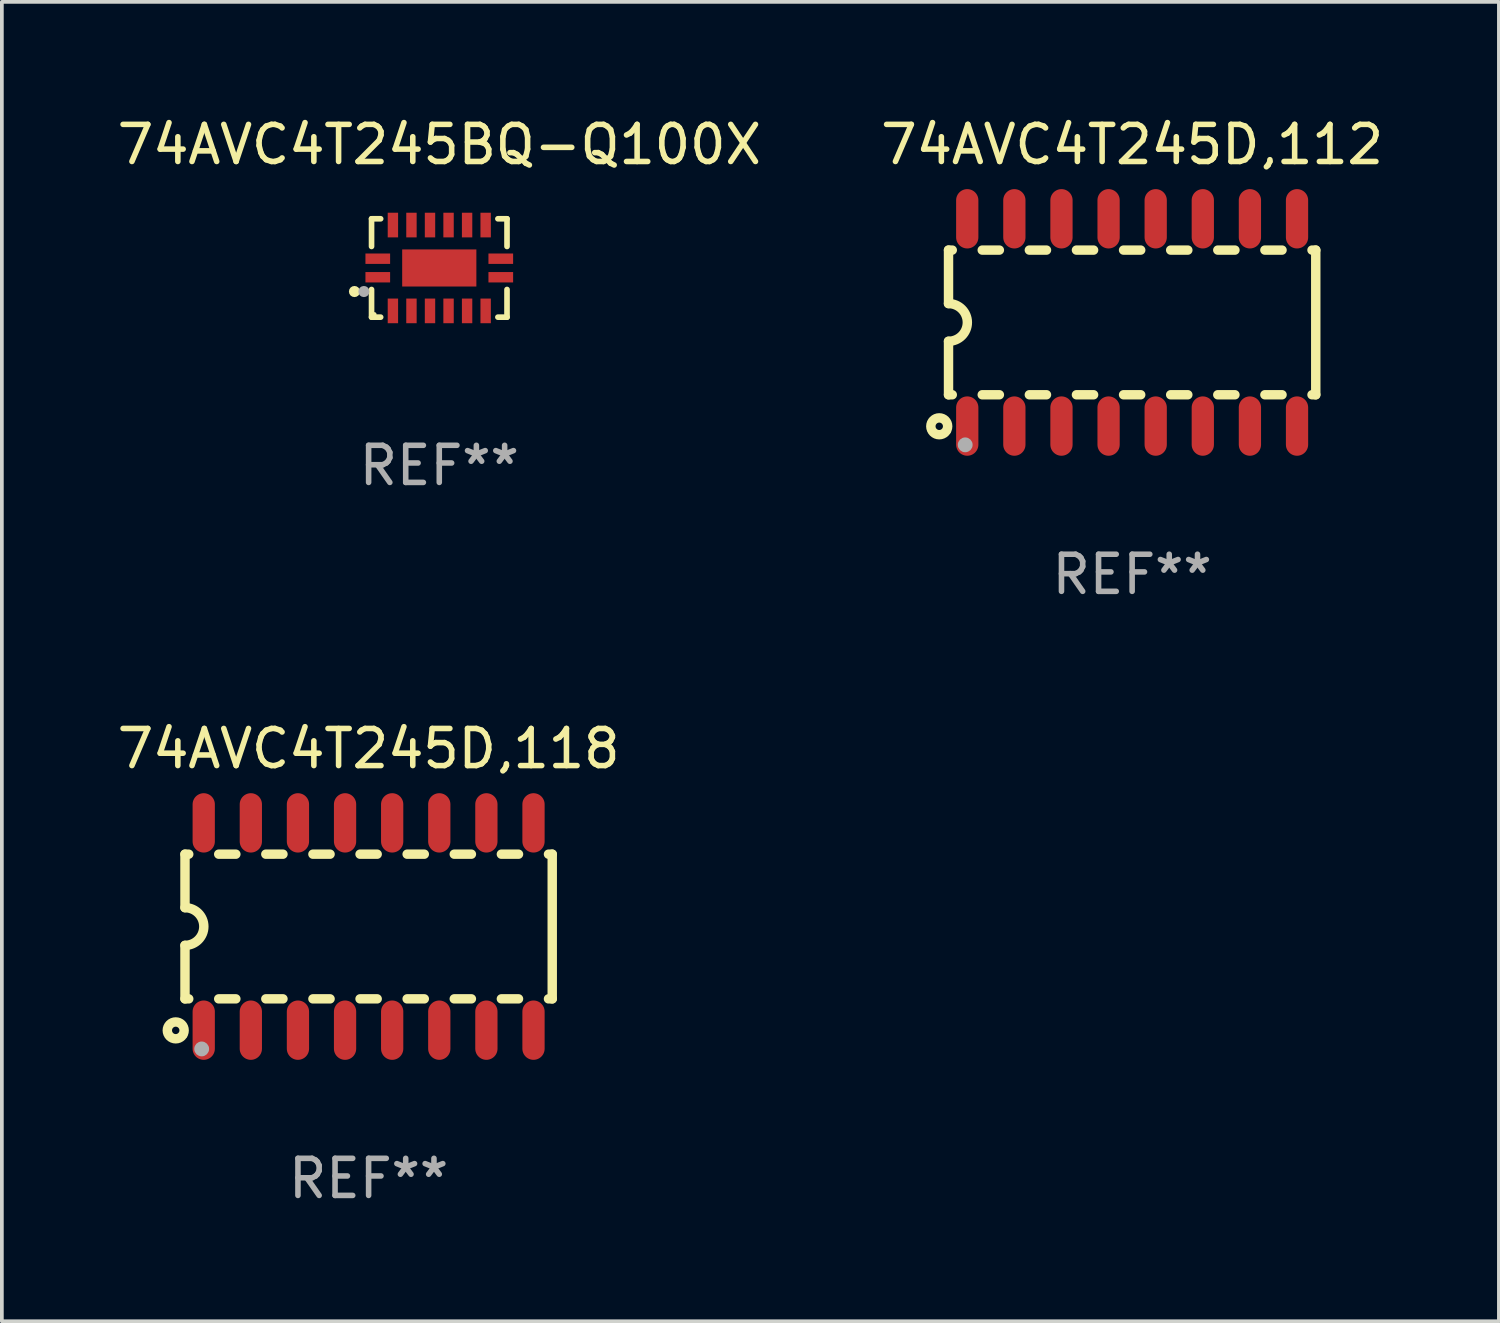
<source format=kicad_pcb>
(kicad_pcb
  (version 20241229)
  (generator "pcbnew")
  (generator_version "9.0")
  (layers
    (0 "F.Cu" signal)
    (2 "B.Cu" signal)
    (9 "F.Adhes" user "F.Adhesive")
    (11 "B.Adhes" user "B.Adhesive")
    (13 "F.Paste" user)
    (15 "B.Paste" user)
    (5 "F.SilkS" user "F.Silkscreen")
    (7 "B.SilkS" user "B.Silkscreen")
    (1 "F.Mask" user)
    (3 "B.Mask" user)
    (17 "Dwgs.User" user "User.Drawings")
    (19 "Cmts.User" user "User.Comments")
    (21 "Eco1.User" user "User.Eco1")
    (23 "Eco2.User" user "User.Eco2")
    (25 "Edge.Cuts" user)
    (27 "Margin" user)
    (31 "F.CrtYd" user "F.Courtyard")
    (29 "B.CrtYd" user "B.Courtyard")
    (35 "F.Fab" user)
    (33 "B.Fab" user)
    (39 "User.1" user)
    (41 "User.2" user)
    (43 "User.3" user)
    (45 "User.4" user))
  (footprint "74AVC4T245D,112"
    (layer "F.Cu")
    (at 27.47 5.642)
    (property "Reference" "74AVC4T245D,112" (at 0 -4.794 0) (layer "F.SilkS") (effects (font (size 1 1) (thickness 0.15))))
    (attr through_hole)
    (fp_line (start -4.95 -1.95) (end -4.95 -0.508) (stroke (width 0.254) (type solid)) (layer "F.SilkS"))
    (fp_line (start -4.95 -1.95) (end -4.849 -1.95) (stroke (width 0.254) (type solid)) (layer "F.SilkS"))
    (fp_line (start -4.95 1.95) (end -4.95 0.508) (stroke (width 0.254) (type solid)) (layer "F.SilkS"))
    (fp_line (start -4.95 1.95) (end -4.849 1.95) (stroke (width 0.254) (type solid)) (layer "F.SilkS"))
    (fp_line (start -4.041 -1.95) (end -3.579 -1.95) (stroke (width 0.254) (type solid)) (layer "F.SilkS"))
    (fp_line (start -4.041 1.95) (end -3.579 1.95) (stroke (width 0.254) (type solid)) (layer "F.SilkS"))
    (fp_line (start -2.771 -1.95) (end -2.309 -1.95) (stroke (width 0.254) (type solid)) (layer "F.SilkS"))
    (fp_line (start -2.771 1.95) (end -2.309 1.95) (stroke (width 0.254) (type solid)) (layer "F.SilkS"))
    (fp_line (start -1.501 -1.95) (end -1.039 -1.95) (stroke (width 0.254) (type solid)) (layer "F.SilkS"))
    (fp_line (start -1.501 1.95) (end -1.039 1.95) (stroke (width 0.254) (type solid)) (layer "F.SilkS"))
    (fp_line (start -0.231 -1.95) (end 0.231 -1.95) (stroke (width 0.254) (type solid)) (layer "F.SilkS"))
    (fp_line (start -0.231 1.95) (end 0.231 1.95) (stroke (width 0.254) (type solid)) (layer "F.SilkS"))
    (fp_line (start 1.039 -1.95) (end 1.501 -1.95) (stroke (width 0.254) (type solid)) (layer "F.SilkS"))
    (fp_line (start 1.039 1.95) (end 1.501 1.95) (stroke (width 0.254) (type solid)) (layer "F.SilkS"))
    (fp_line (start 2.309 -1.95) (end 2.771 -1.95) (stroke (width 0.254) (type solid)) (layer "F.SilkS"))
    (fp_line (start 2.309 1.95) (end 2.771 1.95) (stroke (width 0.254) (type solid)) (layer "F.SilkS"))
    (fp_line (start 3.579 -1.95) (end 4.041 -1.95) (stroke (width 0.254) (type solid)) (layer "F.SilkS"))
    (fp_line (start 3.579 1.95) (end 4.041 1.95) (stroke (width 0.254) (type solid)) (layer "F.SilkS"))
    (fp_line (start 4.849 -1.95) (end 4.95 -1.95) (stroke (width 0.254) (type solid)) (layer "F.SilkS"))
    (fp_line (start 4.849 1.95) (end 4.95 1.95) (stroke (width 0.254) (type solid)) (layer "F.SilkS"))
    (fp_line (start 4.95 -1.95) (end 4.95 1.95) (stroke (width 0.254) (type solid)) (layer "F.SilkS"))
    (fp_arc (start -4.95047 -0.508001) (mid -4.442469 -0.000228) (end -4.950013 0.508001) (stroke (width 0.254001) (type solid)) (layer "F.SilkS"))
    (fp_circle (center -5.2 2.8) (end -5.1 2.8) (stroke (width 0.254) (type solid)) (fill no) (layer "F.SilkS"))
    (fp_circle (center -4.95 2.947) (end -4.92 2.947) (stroke (width 0.06) (type solid)) (fill no) (layer "F.SilkS"))
    (fp_circle (center -4.5 3.3) (end -4.4 3.3) (stroke (width 0.2) (type solid)) (fill no) (layer "F.Fab"))
    (fp_text user "REF**" (at 0 6.794 0) (layer "F.Fab") (effects (font (size 1 1) (thickness 0.15))))
    (pad "1" smd oval (at -4.445 2.794) (size 0.6 1.6) (layers "F.Cu" "F.Mask" "F.Paste"))
    (pad "2" smd oval (at -3.175 2.794) (size 0.6 1.6) (layers "F.Cu" "F.Mask" "F.Paste"))
    (pad "3" smd oval (at -1.905 2.794) (size 0.6 1.6) (layers "F.Cu" "F.Mask" "F.Paste"))
    (pad "4" smd oval (at -0.635 2.794) (size 0.6 1.6) (layers "F.Cu" "F.Mask" "F.Paste"))
    (pad "5" smd oval (at 0.635 2.794) (size 0.6 1.6) (layers "F.Cu" "F.Mask" "F.Paste"))
    (pad "6" smd oval (at 1.905 2.794) (size 0.6 1.6) (layers "F.Cu" "F.Mask" "F.Paste"))
    (pad "7" smd oval (at 3.175 2.794) (size 0.6 1.6) (layers "F.Cu" "F.Mask" "F.Paste"))
    (pad "8" smd oval (at 4.445 2.794) (size 0.6 1.6) (layers "F.Cu" "F.Mask" "F.Paste"))
    (pad "9" smd oval (at 4.445 -2.794) (size 0.6 1.6) (layers "F.Cu" "F.Mask" "F.Paste"))
    (pad "10" smd oval (at 3.175 -2.794) (size 0.6 1.6) (layers "F.Cu" "F.Mask" "F.Paste"))
    (pad "11" smd oval (at 1.905 -2.794) (size 0.6 1.6) (layers "F.Cu" "F.Mask" "F.Paste"))
    (pad "12" smd oval (at 0.635 -2.794) (size 0.6 1.6) (layers "F.Cu" "F.Mask" "F.Paste"))
    (pad "13" smd oval (at -0.635 -2.794) (size 0.6 1.6) (layers "F.Cu" "F.Mask" "F.Paste"))
    (pad "14" smd oval (at -1.905 -2.794) (size 0.6 1.6) (layers "F.Cu" "F.Mask" "F.Paste"))
    (pad "15" smd oval (at -3.175 -2.794) (size 0.6 1.6) (layers "F.Cu" "F.Mask" "F.Paste"))
    (pad "16" smd oval (at -4.445 -2.794) (size 0.6 1.6) (layers "F.Cu" "F.Mask" "F.Paste")))
  (footprint "74AVC4T245D,118"
    (layer "F.Cu")
    (at 6.887 21.927)
    (property "Reference" "74AVC4T245D,118" (at 0 -4.794 0) (layer "F.SilkS") (effects (font (size 1 1) (thickness 0.15))))
    (attr through_hole)
    (fp_line (start -4.95 -1.95) (end -4.95 -0.508) (stroke (width 0.254) (type solid)) (layer "F.SilkS"))
    (fp_line (start -4.95 -1.95) (end -4.849 -1.95) (stroke (width 0.254) (type solid)) (layer "F.SilkS"))
    (fp_line (start -4.95 1.95) (end -4.95 0.508) (stroke (width 0.254) (type solid)) (layer "F.SilkS"))
    (fp_line (start -4.95 1.95) (end -4.849 1.95) (stroke (width 0.254) (type solid)) (layer "F.SilkS"))
    (fp_line (start -4.041 -1.95) (end -3.579 -1.95) (stroke (width 0.254) (type solid)) (layer "F.SilkS"))
    (fp_line (start -4.041 1.95) (end -3.579 1.95) (stroke (width 0.254) (type solid)) (layer "F.SilkS"))
    (fp_line (start -2.771 -1.95) (end -2.309 -1.95) (stroke (width 0.254) (type solid)) (layer "F.SilkS"))
    (fp_line (start -2.771 1.95) (end -2.309 1.95) (stroke (width 0.254) (type solid)) (layer "F.SilkS"))
    (fp_line (start -1.501 -1.95) (end -1.039 -1.95) (stroke (width 0.254) (type solid)) (layer "F.SilkS"))
    (fp_line (start -1.501 1.95) (end -1.039 1.95) (stroke (width 0.254) (type solid)) (layer "F.SilkS"))
    (fp_line (start -0.231 -1.95) (end 0.231 -1.95) (stroke (width 0.254) (type solid)) (layer "F.SilkS"))
    (fp_line (start -0.231 1.95) (end 0.231 1.95) (stroke (width 0.254) (type solid)) (layer "F.SilkS"))
    (fp_line (start 1.039 -1.95) (end 1.501 -1.95) (stroke (width 0.254) (type solid)) (layer "F.SilkS"))
    (fp_line (start 1.039 1.95) (end 1.501 1.95) (stroke (width 0.254) (type solid)) (layer "F.SilkS"))
    (fp_line (start 2.309 -1.95) (end 2.771 -1.95) (stroke (width 0.254) (type solid)) (layer "F.SilkS"))
    (fp_line (start 2.309 1.95) (end 2.771 1.95) (stroke (width 0.254) (type solid)) (layer "F.SilkS"))
    (fp_line (start 3.579 -1.95) (end 4.041 -1.95) (stroke (width 0.254) (type solid)) (layer "F.SilkS"))
    (fp_line (start 3.579 1.95) (end 4.041 1.95) (stroke (width 0.254) (type solid)) (layer "F.SilkS"))
    (fp_line (start 4.849 -1.95) (end 4.95 -1.95) (stroke (width 0.254) (type solid)) (layer "F.SilkS"))
    (fp_line (start 4.849 1.95) (end 4.95 1.95) (stroke (width 0.254) (type solid)) (layer "F.SilkS"))
    (fp_line (start 4.95 -1.95) (end 4.95 1.95) (stroke (width 0.254) (type solid)) (layer "F.SilkS"))
    (fp_arc (start -4.95047 -0.508001) (mid -4.442469 -0.000228) (end -4.950013 0.508001) (stroke (width 0.254001) (type solid)) (layer "F.SilkS"))
    (fp_circle (center -5.2 2.8) (end -5.1 2.8) (stroke (width 0.254) (type solid)) (fill no) (layer "F.SilkS"))
    (fp_circle (center -4.95 2.947) (end -4.92 2.947) (stroke (width 0.06) (type solid)) (fill no) (layer "F.SilkS"))
    (fp_circle (center -4.5 3.3) (end -4.4 3.3) (stroke (width 0.2) (type solid)) (fill no) (layer "F.Fab"))
    (fp_text user "REF**" (at 0 6.794 0) (layer "F.Fab") (effects (font (size 1 1) (thickness 0.15))))
    (pad "1" smd oval (at -4.445 2.794) (size 0.6 1.6) (layers "F.Cu" "F.Mask" "F.Paste"))
    (pad "2" smd oval (at -3.175 2.794) (size 0.6 1.6) (layers "F.Cu" "F.Mask" "F.Paste"))
    (pad "3" smd oval (at -1.905 2.794) (size 0.6 1.6) (layers "F.Cu" "F.Mask" "F.Paste"))
    (pad "4" smd oval (at -0.635 2.794) (size 0.6 1.6) (layers "F.Cu" "F.Mask" "F.Paste"))
    (pad "5" smd oval (at 0.635 2.794) (size 0.6 1.6) (layers "F.Cu" "F.Mask" "F.Paste"))
    (pad "6" smd oval (at 1.905 2.794) (size 0.6 1.6) (layers "F.Cu" "F.Mask" "F.Paste"))
    (pad "7" smd oval (at 3.175 2.794) (size 0.6 1.6) (layers "F.Cu" "F.Mask" "F.Paste"))
    (pad "8" smd oval (at 4.445 2.794) (size 0.6 1.6) (layers "F.Cu" "F.Mask" "F.Paste"))
    (pad "9" smd oval (at 4.445 -2.794) (size 0.6 1.6) (layers "F.Cu" "F.Mask" "F.Paste"))
    (pad "10" smd oval (at 3.175 -2.794) (size 0.6 1.6) (layers "F.Cu" "F.Mask" "F.Paste"))
    (pad "11" smd oval (at 1.905 -2.794) (size 0.6 1.6) (layers "F.Cu" "F.Mask" "F.Paste"))
    (pad "12" smd oval (at 0.635 -2.794) (size 0.6 1.6) (layers "F.Cu" "F.Mask" "F.Paste"))
    (pad "13" smd oval (at -0.635 -2.794) (size 0.6 1.6) (layers "F.Cu" "F.Mask" "F.Paste"))
    (pad "14" smd oval (at -1.905 -2.794) (size 0.6 1.6) (layers "F.Cu" "F.Mask" "F.Paste"))
    (pad "15" smd oval (at -3.175 -2.794) (size 0.6 1.6) (layers "F.Cu" "F.Mask" "F.Paste"))
    (pad "16" smd oval (at -4.445 -2.794) (size 0.6 1.6) (layers "F.Cu" "F.Mask" "F.Paste")))
  (footprint "74AVC4T245BQ-Q100X"
    (layer "F.Cu")
    (at 8.792 4.174)
    (property "Reference" "74AVC4T245BQ-Q100X" (at 0 -3.326 0) (layer "F.SilkS") (effects (font (size 1 1) (thickness 0.15))))
    (attr through_hole)
    (fp_line (start -1.826 -1.326) (end -1.58 -1.326) (stroke (width 0.152) (type solid)) (layer "F.SilkS"))
    (fp_line (start -1.826 -0.58) (end -1.826 -1.326) (stroke (width 0.152) (type solid)) (layer "F.SilkS"))
    (fp_line (start -1.826 0.58) (end -1.826 1.326) (stroke (width 0.152) (type solid)) (layer "F.SilkS"))
    (fp_line (start -1.826 1.326) (end -1.58 1.326) (stroke (width 0.152) (type solid)) (layer "F.SilkS"))
    (fp_line (start 1.826 -1.326) (end 1.58 -1.326) (stroke (width 0.152) (type solid)) (layer "F.SilkS"))
    (fp_line (start 1.826 -0.58) (end 1.826 -1.326) (stroke (width 0.152) (type solid)) (layer "F.SilkS"))
    (fp_line (start 1.826 0.58) (end 1.826 1.326) (stroke (width 0.152) (type solid)) (layer "F.SilkS"))
    (fp_line (start 1.826 1.326) (end 1.58 1.326) (stroke (width 0.152) (type solid)) (layer "F.SilkS"))
    (fp_circle (center -2.286 0.635) (end -2.211 0.635) (stroke (width 0.15) (type solid)) (fill no) (layer "F.SilkS"))
    (fp_circle (center -1.75 1.25) (end -1.72 1.25) (stroke (width 0.06) (type solid)) (fill no) (layer "F.SilkS"))
    (fp_circle (center -2.032 0.635) (end -1.957 0.635) (stroke (width 0.15) (type solid)) (fill no) (layer "F.Fab"))
    (fp_text user "REF**" (at 0 5.326 0) (layer "F.Fab") (effects (font (size 1 1) (thickness 0.15))))
    (pad "1" smd rect (at -1.658 0.25) (size 0.665 0.28) (layers "F.Cu" "F.Mask" "F.Paste"))
    (pad "2" smd rect (at -1.25 1.157) (size 0.28 0.665) (layers "F.Cu" "F.Mask" "F.Paste"))
    (pad "3" smd rect (at -0.75 1.157) (size 0.28 0.665) (layers "F.Cu" "F.Mask" "F.Paste"))
    (pad "4" smd rect (at -0.25 1.157) (size 0.28 0.665) (layers "F.Cu" "F.Mask" "F.Paste"))
    (pad "5" smd rect (at 0.25 1.157) (size 0.28 0.665) (layers "F.Cu" "F.Mask" "F.Paste"))
    (pad "6" smd rect (at 0.75 1.157) (size 0.28 0.665) (layers "F.Cu" "F.Mask" "F.Paste"))
    (pad "7" smd rect (at 1.25 1.157) (size 0.28 0.665) (layers "F.Cu" "F.Mask" "F.Paste"))
    (pad "8" smd rect (at 1.658 0.25) (size 0.665 0.28) (layers "F.Cu" "F.Mask" "F.Paste"))
    (pad "9" smd rect (at 1.658 -0.25) (size 0.665 0.28) (layers "F.Cu" "F.Mask" "F.Paste"))
    (pad "10" smd rect (at 1.25 -1.157) (size 0.28 0.665) (layers "F.Cu" "F.Mask" "F.Paste"))
    (pad "11" smd rect (at 0.75 -1.157) (size 0.28 0.665) (layers "F.Cu" "F.Mask" "F.Paste"))
    (pad "12" smd rect (at 0.25 -1.157) (size 0.28 0.665) (layers "F.Cu" "F.Mask" "F.Paste"))
    (pad "13" smd rect (at -0.25 -1.157) (size 0.28 0.665) (layers "F.Cu" "F.Mask" "F.Paste"))
    (pad "14" smd rect (at -0.75 -1.157) (size 0.28 0.665) (layers "F.Cu" "F.Mask" "F.Paste"))
    (pad "15" smd rect (at -1.25 -1.157) (size 0.28 0.665) (layers "F.Cu" "F.Mask" "F.Paste"))
    (pad "16" smd rect (at -1.658 -0.25) (size 0.665 0.28) (layers "F.Cu" "F.Mask" "F.Paste"))
    (pad "17" smd rect (at 0 0) (size 2 1) (layers "F.Cu" "F.Mask" "F.Paste")))
  (gr_rect
    (start -3 -3)
    (end 37.357 32.569)
    (stroke (width 0.1) (type default))
    (fill no)
    (layer "Edge.Cuts")))
</source>
